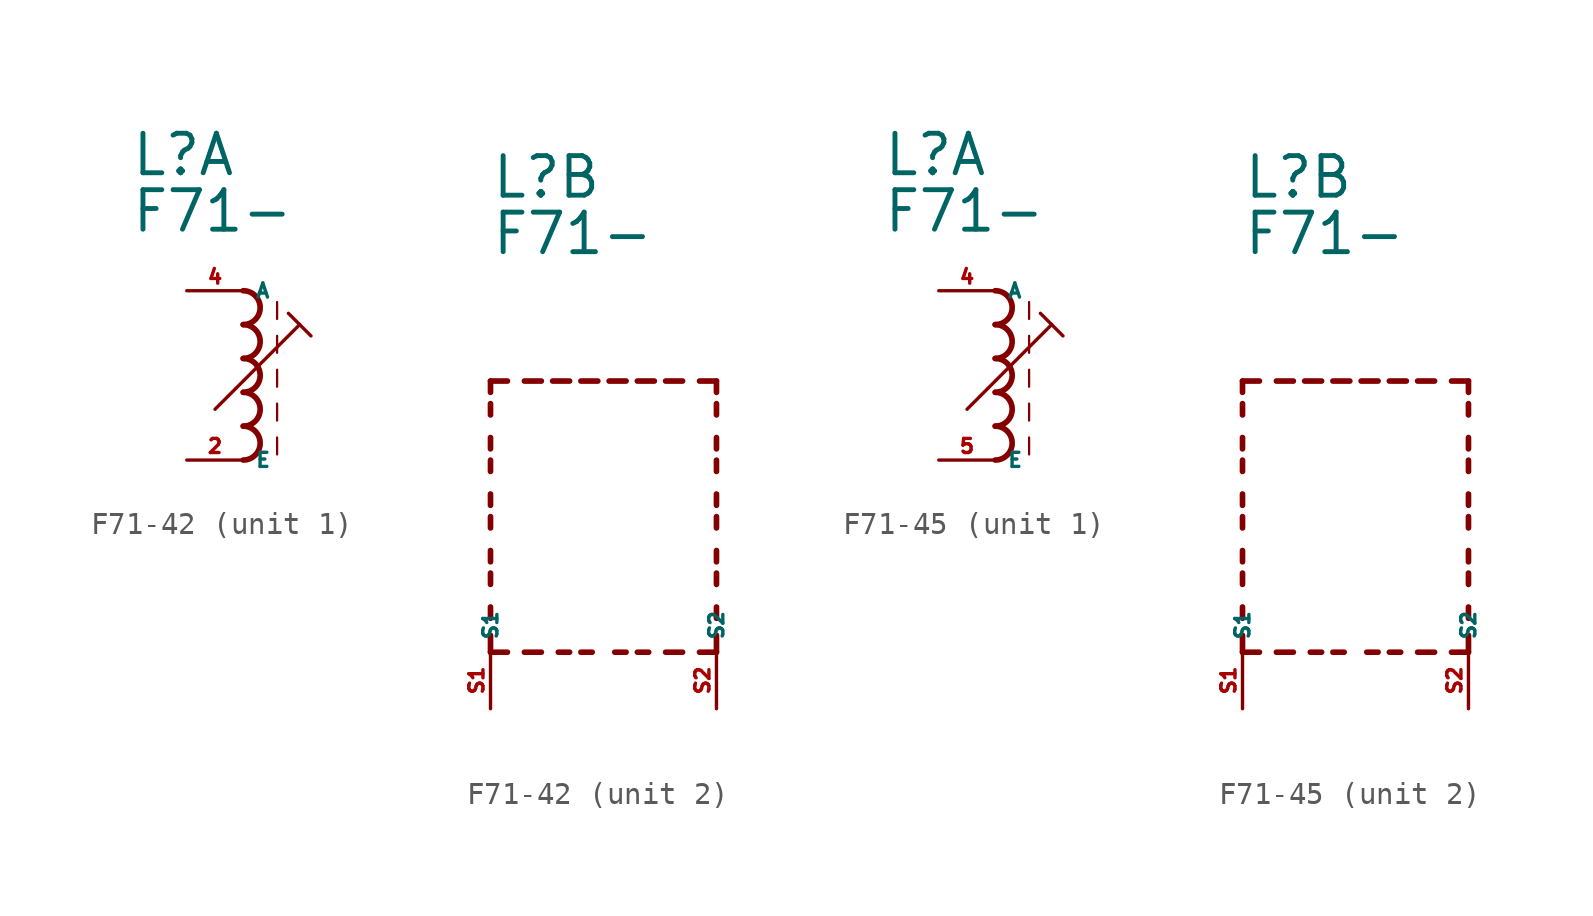
<source format=kicad_sym>
(kicad_symbol_lib
  (version 20220914)
  (generator kicad_symbol_editor)
  (symbol "F71-42"
    (property "Reference" "L"
      (at -5.08 10.16 0)
      (effects (font (size 1.778 1.778) (thickness 0.22)) (justify left bottom)))
    (property "Value" "F71-"
      (at -5.08 7.62 0)
      (effects (font (size 1.778 1.778) (thickness 0.22)) (justify left bottom)))
    (symbol "F71-42_1_0"
      (arc (start 0 -2.54) (mid 0.7587 -1.778) (end 0 -1.016) (stroke (width 0.254) (type default)) (fill (type none)))
      (arc (start 0 -1.016) (mid 0.7587 -0.254) (end 0 0.508) (stroke (width 0.254) (type default)) (fill (type none)))
      (polyline (pts (xy -1.27 -0.254) (xy 2.54 3.556)) (stroke (width 0.152) (type default)) (fill (type none)))
      (polyline (pts (xy 1.524 -1.524) (xy 1.524 -2.286)) (stroke (width 0.102) (type default)) (fill (type none)))
      (polyline (pts (xy 1.524 0) (xy 1.524 -0.762)) (stroke (width 0.102) (type default)) (fill (type none)))
      (polyline (pts (xy 1.524 1.524) (xy 1.524 0.762)) (stroke (width 0.102) (type default)) (fill (type none)))
      (polyline (pts (xy 1.524 3.048) (xy 1.524 2.286)) (stroke (width 0.102) (type default)) (fill (type none)))
      (polyline (pts (xy 1.524 4.572) (xy 1.524 3.81)) (stroke (width 0.102) (type default)) (fill (type none)))
      (polyline (pts (xy 2.032 4.064) (xy 2.54 3.556)) (stroke (width 0.152) (type default)) (fill (type none)))
      (polyline (pts (xy 2.54 3.556) (xy 3.048 3.048)) (stroke (width 0.152) (type default)) (fill (type none)))
      (arc (start 0 0.508) (mid 0.7587 1.27) (end 0 2.032) (stroke (width 0.254) (type default)) (fill (type none)))
      (arc (start 0 2.032) (mid 0.7587 2.794) (end 0 3.556) (stroke (width 0.254) (type default)) (fill (type none)))
      (arc (start 0 3.556) (mid 0.7587 4.318) (end 0 5.08) (stroke (width 0.254) (type default)) (fill (type none)))
      (pin passive line (at -2.54 -2.54 0) (length 2.54) (name "E" (effects (font (size 0.635 0.635)))) (number "2" (effects (font (size 0.635 0.635)))))
      (pin passive line (at -2.54 5.08 0) (length 2.54) (name "A" (effects (font (size 0.635 0.635)))) (number "4" (effects (font (size 0.635 0.635))))))
    (symbol "F71-42_2_0"
      (polyline (pts (xy -5.08 -10.16) (xy -5.08 -9.398)) (stroke (width 0.254) (type default)) (fill (type none)))
      (polyline (pts (xy -5.08 -10.16) (xy -4.318 -10.16)) (stroke (width 0.254) (type default)) (fill (type none)))
      (polyline (pts (xy -5.08 -8.636) (xy -5.08 -8.128)) (stroke (width 0.254) (type default)) (fill (type none)))
      (polyline (pts (xy -5.08 -7.112) (xy -5.08 -6.604)) (stroke (width 0.254) (type default)) (fill (type none)))
      (polyline (pts (xy -5.08 -6.096) (xy -5.08 -5.588)) (stroke (width 0.254) (type default)) (fill (type none)))
      (polyline (pts (xy -5.08 -4.572) (xy -5.08 -4.064)) (stroke (width 0.254) (type default)) (fill (type none)))
      (polyline (pts (xy -5.08 -3.556) (xy -5.08 -3.048)) (stroke (width 0.254) (type default)) (fill (type none)))
      (polyline (pts (xy -5.08 -2.032) (xy -5.08 -1.524)) (stroke (width 0.254) (type default)) (fill (type none)))
      (polyline (pts (xy -5.08 -1.016) (xy -5.08 -0.508)) (stroke (width 0.254) (type default)) (fill (type none)))
      (polyline (pts (xy -5.08 0.508) (xy -5.08 1.016)) (stroke (width 0.254) (type default)) (fill (type none)))
      (polyline (pts (xy -5.08 1.524) (xy -5.08 2.032)) (stroke (width 0.254) (type default)) (fill (type none)))
      (polyline (pts (xy -5.08 2.032) (xy -4.318 2.032)) (stroke (width 0.254) (type default)) (fill (type none)))
      (polyline (pts (xy -3.556 -10.16) (xy -2.794 -10.16)) (stroke (width 0.254) (type default)) (fill (type none)))
      (polyline (pts (xy -3.556 2.032) (xy -2.794 2.032)) (stroke (width 0.254) (type default)) (fill (type none)))
      (polyline (pts (xy -1.524 -10.16) (xy -2.032 -10.16)) (stroke (width 0.254) (type default)) (fill (type none)))
      (polyline (pts (xy -1.524 2.032) (xy -2.286 2.032)) (stroke (width 0.254) (type default)) (fill (type none)))
      (polyline (pts (xy -1.016 2.032) (xy -0.254 2.032)) (stroke (width 0.254) (type default)) (fill (type none)))
      (polyline (pts (xy -0.508 -10.16) (xy -1.016 -10.16)) (stroke (width 0.254) (type default)) (fill (type none)))
      (polyline (pts (xy 1.016 -10.16) (xy 0.508 -10.16)) (stroke (width 0.254) (type default)) (fill (type none)))
      (polyline (pts (xy 1.016 2.032) (xy 0.254 2.032)) (stroke (width 0.254) (type default)) (fill (type none)))
      (polyline (pts (xy 1.524 2.032) (xy 2.286 2.032)) (stroke (width 0.254) (type default)) (fill (type none)))
      (polyline (pts (xy 2.032 -10.16) (xy 1.524 -10.16)) (stroke (width 0.254) (type default)) (fill (type none)))
      (polyline (pts (xy 3.556 -10.16) (xy 2.794 -10.16)) (stroke (width 0.254) (type default)) (fill (type none)))
      (polyline (pts (xy 3.556 2.032) (xy 2.794 2.032)) (stroke (width 0.254) (type default)) (fill (type none)))
      (polyline (pts (xy 5.08 -10.16) (xy 4.318 -10.16)) (stroke (width 0.254) (type default)) (fill (type none)))
      (polyline (pts (xy 5.08 -10.16) (xy 5.08 -9.398)) (stroke (width 0.254) (type default)) (fill (type none)))
      (polyline (pts (xy 5.08 -8.636) (xy 5.08 -8.128)) (stroke (width 0.254) (type default)) (fill (type none)))
      (polyline (pts (xy 5.08 -7.112) (xy 5.08 -6.604)) (stroke (width 0.254) (type default)) (fill (type none)))
      (polyline (pts (xy 5.08 -6.096) (xy 5.08 -5.588)) (stroke (width 0.254) (type default)) (fill (type none)))
      (polyline (pts (xy 5.08 -4.572) (xy 5.08 -4.064)) (stroke (width 0.254) (type default)) (fill (type none)))
      (polyline (pts (xy 5.08 -3.556) (xy 5.08 -3.048)) (stroke (width 0.254) (type default)) (fill (type none)))
      (polyline (pts (xy 5.08 -2.032) (xy 5.08 -1.524)) (stroke (width 0.254) (type default)) (fill (type none)))
      (polyline (pts (xy 5.08 -1.016) (xy 5.08 -0.508)) (stroke (width 0.254) (type default)) (fill (type none)))
      (polyline (pts (xy 5.08 0.508) (xy 5.08 1.016)) (stroke (width 0.254) (type default)) (fill (type none)))
      (polyline (pts (xy 5.08 1.524) (xy 5.08 2.032)) (stroke (width 0.254) (type default)) (fill (type none)))
      (polyline (pts (xy 5.08 2.032) (xy 4.318 2.032)) (stroke (width 0.254) (type default)) (fill (type none)))
      (pin passive line (at -5.08 -12.7 90) (length 2.54) (name "S1" (effects (font (size 0.635 0.635)))) (number "S1" (effects (font (size 0.635 0.635)))))
      (pin passive line (at 5.08 -12.7 90) (length 2.54) (name "S2" (effects (font (size 0.635 0.635)))) (number "S2" (effects (font (size 0.635 0.635)))))))
  (symbol "F71-45"
    (property "Reference" "L"
      (at -5.08 10.16 0)
      (effects (font (size 1.778 1.778) (thickness 0.22)) (justify left bottom)))
    (property "Value" "F71-"
      (at -5.08 7.62 0)
      (effects (font (size 1.778 1.778) (thickness 0.22)) (justify left bottom)))
    (symbol "F71-45_1_0"
      (arc (start 0 -2.54) (mid 0.7587 -1.778) (end 0 -1.016) (stroke (width 0.254) (type default)) (fill (type none)))
      (arc (start 0 -1.016) (mid 0.7587 -0.254) (end 0 0.508) (stroke (width 0.254) (type default)) (fill (type none)))
      (polyline (pts (xy -1.27 -0.254) (xy 2.54 3.556)) (stroke (width 0.152) (type default)) (fill (type none)))
      (polyline (pts (xy 1.524 -1.524) (xy 1.524 -2.286)) (stroke (width 0.102) (type default)) (fill (type none)))
      (polyline (pts (xy 1.524 0) (xy 1.524 -0.762)) (stroke (width 0.102) (type default)) (fill (type none)))
      (polyline (pts (xy 1.524 1.524) (xy 1.524 0.762)) (stroke (width 0.102) (type default)) (fill (type none)))
      (polyline (pts (xy 1.524 3.048) (xy 1.524 2.286)) (stroke (width 0.102) (type default)) (fill (type none)))
      (polyline (pts (xy 1.524 4.572) (xy 1.524 3.81)) (stroke (width 0.102) (type default)) (fill (type none)))
      (polyline (pts (xy 2.032 4.064) (xy 2.54 3.556)) (stroke (width 0.152) (type default)) (fill (type none)))
      (polyline (pts (xy 2.54 3.556) (xy 3.048 3.048)) (stroke (width 0.152) (type default)) (fill (type none)))
      (arc (start 0 0.508) (mid 0.7587 1.27) (end 0 2.032) (stroke (width 0.254) (type default)) (fill (type none)))
      (arc (start 0 2.032) (mid 0.7587 2.794) (end 0 3.556) (stroke (width 0.254) (type default)) (fill (type none)))
      (arc (start 0 3.556) (mid 0.7587 4.318) (end 0 5.08) (stroke (width 0.254) (type default)) (fill (type none)))
      (pin passive line (at -2.54 5.08 0) (length 2.54) (name "A" (effects (font (size 0.635 0.635)))) (number "4" (effects (font (size 0.635 0.635)))))
      (pin passive line (at -2.54 -2.54 0) (length 2.54) (name "E" (effects (font (size 0.635 0.635)))) (number "5" (effects (font (size 0.635 0.635))))))
    (symbol "F71-45_2_0"
      (polyline (pts (xy -5.08 -10.16) (xy -5.08 -9.398)) (stroke (width 0.254) (type default)) (fill (type none)))
      (polyline (pts (xy -5.08 -10.16) (xy -4.318 -10.16)) (stroke (width 0.254) (type default)) (fill (type none)))
      (polyline (pts (xy -5.08 -8.636) (xy -5.08 -8.128)) (stroke (width 0.254) (type default)) (fill (type none)))
      (polyline (pts (xy -5.08 -7.112) (xy -5.08 -6.604)) (stroke (width 0.254) (type default)) (fill (type none)))
      (polyline (pts (xy -5.08 -6.096) (xy -5.08 -5.588)) (stroke (width 0.254) (type default)) (fill (type none)))
      (polyline (pts (xy -5.08 -4.572) (xy -5.08 -4.064)) (stroke (width 0.254) (type default)) (fill (type none)))
      (polyline (pts (xy -5.08 -3.556) (xy -5.08 -3.048)) (stroke (width 0.254) (type default)) (fill (type none)))
      (polyline (pts (xy -5.08 -2.032) (xy -5.08 -1.524)) (stroke (width 0.254) (type default)) (fill (type none)))
      (polyline (pts (xy -5.08 -1.016) (xy -5.08 -0.508)) (stroke (width 0.254) (type default)) (fill (type none)))
      (polyline (pts (xy -5.08 0.508) (xy -5.08 1.016)) (stroke (width 0.254) (type default)) (fill (type none)))
      (polyline (pts (xy -5.08 1.524) (xy -5.08 2.032)) (stroke (width 0.254) (type default)) (fill (type none)))
      (polyline (pts (xy -5.08 2.032) (xy -4.318 2.032)) (stroke (width 0.254) (type default)) (fill (type none)))
      (polyline (pts (xy -3.556 -10.16) (xy -2.794 -10.16)) (stroke (width 0.254) (type default)) (fill (type none)))
      (polyline (pts (xy -3.556 2.032) (xy -2.794 2.032)) (stroke (width 0.254) (type default)) (fill (type none)))
      (polyline (pts (xy -1.524 -10.16) (xy -2.032 -10.16)) (stroke (width 0.254) (type default)) (fill (type none)))
      (polyline (pts (xy -1.524 2.032) (xy -2.286 2.032)) (stroke (width 0.254) (type default)) (fill (type none)))
      (polyline (pts (xy -1.016 2.032) (xy -0.254 2.032)) (stroke (width 0.254) (type default)) (fill (type none)))
      (polyline (pts (xy -0.508 -10.16) (xy -1.016 -10.16)) (stroke (width 0.254) (type default)) (fill (type none)))
      (polyline (pts (xy 1.016 -10.16) (xy 0.508 -10.16)) (stroke (width 0.254) (type default)) (fill (type none)))
      (polyline (pts (xy 1.016 2.032) (xy 0.254 2.032)) (stroke (width 0.254) (type default)) (fill (type none)))
      (polyline (pts (xy 1.524 2.032) (xy 2.286 2.032)) (stroke (width 0.254) (type default)) (fill (type none)))
      (polyline (pts (xy 2.032 -10.16) (xy 1.524 -10.16)) (stroke (width 0.254) (type default)) (fill (type none)))
      (polyline (pts (xy 3.556 -10.16) (xy 2.794 -10.16)) (stroke (width 0.254) (type default)) (fill (type none)))
      (polyline (pts (xy 3.556 2.032) (xy 2.794 2.032)) (stroke (width 0.254) (type default)) (fill (type none)))
      (polyline (pts (xy 5.08 -10.16) (xy 4.318 -10.16)) (stroke (width 0.254) (type default)) (fill (type none)))
      (polyline (pts (xy 5.08 -10.16) (xy 5.08 -9.398)) (stroke (width 0.254) (type default)) (fill (type none)))
      (polyline (pts (xy 5.08 -8.636) (xy 5.08 -8.128)) (stroke (width 0.254) (type default)) (fill (type none)))
      (polyline (pts (xy 5.08 -7.112) (xy 5.08 -6.604)) (stroke (width 0.254) (type default)) (fill (type none)))
      (polyline (pts (xy 5.08 -6.096) (xy 5.08 -5.588)) (stroke (width 0.254) (type default)) (fill (type none)))
      (polyline (pts (xy 5.08 -4.572) (xy 5.08 -4.064)) (stroke (width 0.254) (type default)) (fill (type none)))
      (polyline (pts (xy 5.08 -3.556) (xy 5.08 -3.048)) (stroke (width 0.254) (type default)) (fill (type none)))
      (polyline (pts (xy 5.08 -2.032) (xy 5.08 -1.524)) (stroke (width 0.254) (type default)) (fill (type none)))
      (polyline (pts (xy 5.08 -1.016) (xy 5.08 -0.508)) (stroke (width 0.254) (type default)) (fill (type none)))
      (polyline (pts (xy 5.08 0.508) (xy 5.08 1.016)) (stroke (width 0.254) (type default)) (fill (type none)))
      (polyline (pts (xy 5.08 1.524) (xy 5.08 2.032)) (stroke (width 0.254) (type default)) (fill (type none)))
      (polyline (pts (xy 5.08 2.032) (xy 4.318 2.032)) (stroke (width 0.254) (type default)) (fill (type none)))
      (pin passive line (at -5.08 -12.7 90) (length 2.54) (name "S1" (effects (font (size 0.635 0.635)))) (number "S1" (effects (font (size 0.635 0.635)))))
      (pin passive line (at 5.08 -12.7 90) (length 2.54) (name "S2" (effects (font (size 0.635 0.635)))) (number "S2" (effects (font (size 0.635 0.635))))))))
</source>
